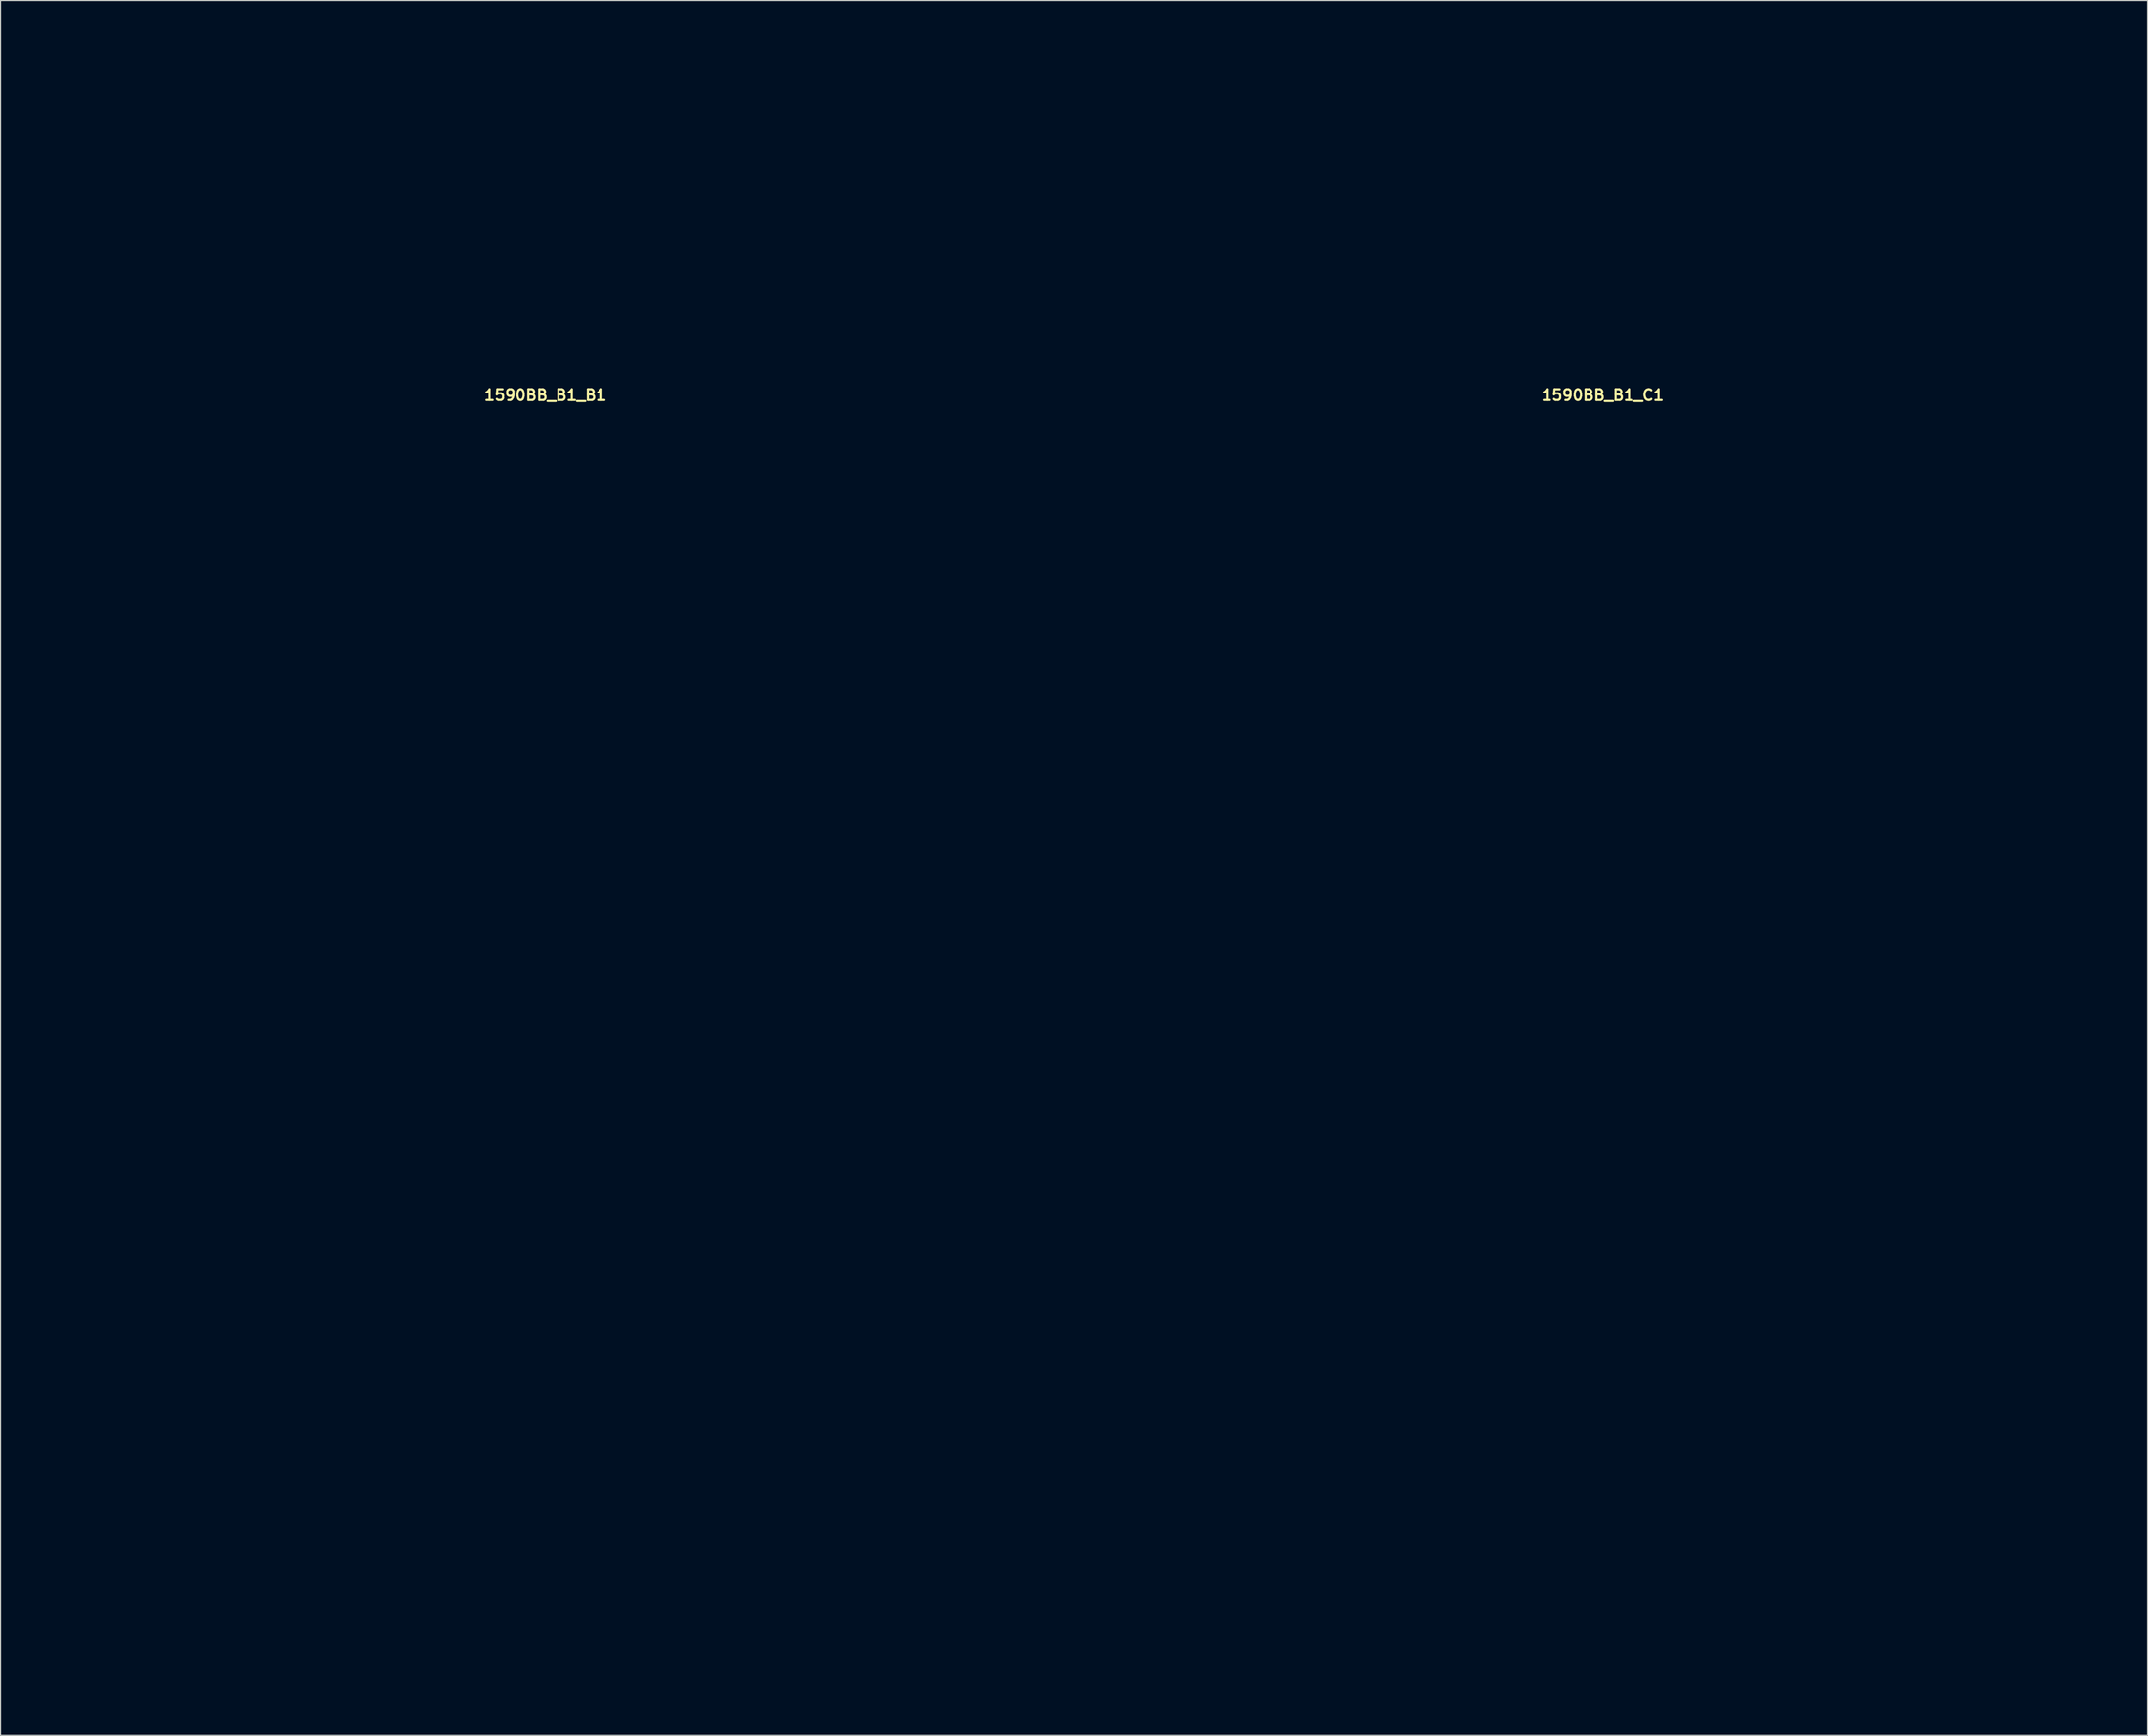
<source format=kicad_pcb>
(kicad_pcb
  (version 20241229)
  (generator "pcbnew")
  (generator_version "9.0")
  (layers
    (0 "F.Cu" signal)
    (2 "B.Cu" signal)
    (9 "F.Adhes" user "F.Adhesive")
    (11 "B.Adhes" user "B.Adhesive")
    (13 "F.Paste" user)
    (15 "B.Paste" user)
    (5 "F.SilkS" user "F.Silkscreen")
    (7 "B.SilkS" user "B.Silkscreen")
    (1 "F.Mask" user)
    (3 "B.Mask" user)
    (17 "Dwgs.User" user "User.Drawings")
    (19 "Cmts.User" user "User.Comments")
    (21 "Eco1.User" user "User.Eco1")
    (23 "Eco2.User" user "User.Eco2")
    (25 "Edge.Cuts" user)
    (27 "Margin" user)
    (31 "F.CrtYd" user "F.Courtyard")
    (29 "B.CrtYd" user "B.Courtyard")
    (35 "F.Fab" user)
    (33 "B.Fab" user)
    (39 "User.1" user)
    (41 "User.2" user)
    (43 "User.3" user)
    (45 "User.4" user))
  (footprint "1590BB_B1_C1"
    (layer "F.Cu")
    (at 144.6 93.95)
    (property "Reference" "1590BB_B1_C1" (at 0 -60.579 0) (layer "F.SilkS") (effects (font (size 1 1) (thickness 0.2))))
    (attr through_hole)
    (fp_line (start -47 -93.75) (end -47 -59.75) (stroke (width 0.4) (type solid)) (layer "Eco1.User"))
    (fp_line (start -47 -93.75) (end 47 -93.75) (stroke (width 0.4) (type solid)) (layer "Eco1.User"))
    (fp_line (start -47 -89.75) (end 47 -89.75) (stroke (width 0.4) (type solid)) (layer "Eco1.User"))
    (fp_line (start -47 -59.75) (end -47 59.75) (stroke (width 0.4) (type solid)) (layer "Eco1.User"))
    (fp_line (start -47 -59.75) (end 47 -59.75) (stroke (width 0.4) (type solid)) (layer "Eco1.User"))
    (fp_line (start -47 59.75) (end 47 59.75) (stroke (width 0.4) (type solid)) (layer "Eco1.User"))
    (fp_line (start -44.75 -57.5) (end -44.75 57.5) (stroke (width 0.4) (type solid)) (layer "Eco1.User"))
    (fp_line (start -44.75 -57.5) (end 44.75 -57.5) (stroke (width 0.4) (type solid)) (layer "Eco1.User"))
    (fp_line (start -44.75 -51.75) (end -42 -51.75) (stroke (width 0.4) (type solid)) (layer "Eco1.User"))
    (fp_line (start -44.75 51.75) (end -42 51.75) (stroke (width 0.4) (type solid)) (layer "Eco1.User"))
    (fp_line (start -44.75 57.5) (end 44.75 57.5) (stroke (width 0.4) (type solid)) (layer "Eco1.User"))
    (fp_line (start -39 -57.5) (end -39 -54.75) (stroke (width 0.4) (type solid)) (layer "Eco1.User"))
    (fp_line (start -39 54.75) (end -39 57.5) (stroke (width 0.4) (type solid)) (layer "Eco1.User"))
    (fp_line (start 39 -57.5) (end 39 -54.75) (stroke (width 0.4) (type solid)) (layer "Eco1.User"))
    (fp_line (start 39 54.75) (end 39 57.5) (stroke (width 0.4) (type solid)) (layer "Eco1.User"))
    (fp_line (start 42 -51.75) (end 44.75 -51.75) (stroke (width 0.4) (type solid)) (layer "Eco1.User"))
    (fp_line (start 42 51.75) (end 44.75 51.75) (stroke (width 0.4) (type solid)) (layer "Eco1.User"))
    (fp_line (start 44.75 -57.5) (end 44.75 57.5) (stroke (width 0.4) (type solid)) (layer "Eco1.User"))
    (fp_line (start 47 -93.75) (end 47 -59.75) (stroke (width 0.4) (type solid)) (layer "Eco1.User"))
    (fp_line (start 47 -59.75) (end 47 59.75) (stroke (width 0.4) (type solid)) (layer "Eco1.User"))
    (fp_arc (start -42 51.75) (mid -39.87868 52.62868) (end -39 54.75) (stroke (width 0.4) (type solid)) (layer "Eco1.User"))
    (fp_arc (start -39 -54.75) (mid -39.87868 -52.62868) (end -42 -51.75) (stroke (width 0.4) (type solid)) (layer "Eco1.User"))
    (fp_arc (start 39 54.75) (mid 39.87868 52.62868) (end 42 51.75) (stroke (width 0.4) (type solid)) (layer "Eco1.User"))
    (fp_arc (start 42 -51.75) (mid 39.87868 -52.62868) (end 39 -54.75) (stroke (width 0.4) (type solid)) (layer "Eco1.User"))
    (fp_circle (center -42 -54.75) (end -40.25 -54.75) (stroke (width 0.4) (type solid)) (fill no) (layer "Eco1.User"))
    (fp_circle (center -42 54.75) (end -40.25 54.75) (stroke (width 0.4) (type solid)) (fill no) (layer "Eco1.User"))
    (fp_circle (center -40.92 -31.55) (end -39.52 -31.55) (stroke (width 0.4) (type solid)) (fill no) (layer "Eco1.User"))
    (fp_circle (center -40.92 -4.88) (end -39.52 -4.88) (stroke (width 0.4) (type solid)) (fill no) (layer "Eco1.User"))
    (fp_circle (center -33.02 -31.55) (end -29.32 -31.55) (stroke (width 0.4) (type solid)) (fill no) (layer "Eco1.User"))
    (fp_circle (center -33.02 -4.88) (end -29.32 -4.88) (stroke (width 0.4) (type solid)) (fill no) (layer "Eco1.User"))
    (fp_circle (center -29.21 -52.07) (end -27.71 -52.07) (stroke (width 0.4) (type solid)) (fill no) (layer "Eco1.User"))
    (fp_circle (center -19.05 -74.5) (end -11.55 -74.5) (stroke (width 0.4) (type solid)) (fill no) (layer "Eco1.User"))
    (fp_circle (center -8.89 -52.07) (end -7.39 -52.07) (stroke (width 0.4) (type solid)) (fill no) (layer "Eco1.User"))
    (fp_circle (center -7.9 -31.55) (end -6.5 -31.55) (stroke (width 0.4) (type solid)) (fill no) (layer "Eco1.User"))
    (fp_circle (center -7.9 -4.88) (end -6.5 -4.88) (stroke (width 0.4) (type solid)) (fill no) (layer "Eco1.User"))
    (fp_circle (center 0 -73.5) (end 5.5 -73.5) (stroke (width 0.4) (type solid)) (fill no) (layer "Eco1.User"))
    (fp_circle (center 0 -31.55) (end 3.7 -31.55) (stroke (width 0.4) (type solid)) (fill no) (layer "Eco1.User"))
    (fp_circle (center 0 -4.88) (end 3.7 -4.88) (stroke (width 0.4) (type solid)) (fill no) (layer "Eco1.User"))
    (fp_circle (center 0 13.97) (end 2.65 13.97) (stroke (width 0.4) (type solid)) (fill no) (layer "Eco1.User"))
    (fp_circle (center 0 29.21) (end 6.5 29.21) (stroke (width 0.4) (type solid)) (fill no) (layer "Eco1.User"))
    (fp_circle (center 8.89 -52.07) (end 10.39 -52.07) (stroke (width 0.4) (type solid)) (fill no) (layer "Eco1.User"))
    (fp_circle (center 19.05 -74.5) (end 26.55 -74.5) (stroke (width 0.4) (type solid)) (fill no) (layer "Eco1.User"))
    (fp_circle (center 25.12 -31.55) (end 26.52 -31.55) (stroke (width 0.4) (type solid)) (fill no) (layer "Eco1.User"))
    (fp_circle (center 25.12 -4.88) (end 26.52 -4.88) (stroke (width 0.4) (type solid)) (fill no) (layer "Eco1.User"))
    (fp_circle (center 29.21 -52.07) (end 30.71 -52.07) (stroke (width 0.4) (type solid)) (fill no) (layer "Eco1.User"))
    (fp_circle (center 33.02 -31.55) (end 36.72 -31.55) (stroke (width 0.4) (type solid)) (fill no) (layer "Eco1.User"))
    (fp_circle (center 33.02 -4.88) (end 36.72 -4.88) (stroke (width 0.4) (type solid)) (fill no) (layer "Eco1.User"))
    (fp_circle (center 42 -54.75) (end 43.75 -54.75) (stroke (width 0.4) (type solid)) (fill no) (layer "Eco1.User"))
    (fp_circle (center 42 54.75) (end 43.75 54.75) (stroke (width 0.4) (type solid)) (fill no) (layer "Eco1.User")))
  (footprint "1590BB_B1_B1"
    (layer "F.Cu")
    (at 47.2 93.95)
    (property "Reference" "1590BB_B1_B1" (at 0 -60.579 0) (layer "F.SilkS") (effects (font (size 1 1) (thickness 0.2))))
    (attr through_hole)
    (fp_line (start -47 -93.75) (end -47 -59.75) (stroke (width 0.4) (type solid)) (layer "Eco1.User"))
    (fp_line (start -47 -93.75) (end 47 -93.75) (stroke (width 0.4) (type solid)) (layer "Eco1.User"))
    (fp_line (start -47 -89.75) (end 47 -89.75) (stroke (width 0.4) (type solid)) (layer "Eco1.User"))
    (fp_line (start -47 -59.75) (end -47 59.75) (stroke (width 0.4) (type solid)) (layer "Eco1.User"))
    (fp_line (start -47 -59.75) (end 47 -59.75) (stroke (width 0.4) (type solid)) (layer "Eco1.User"))
    (fp_line (start -47 59.75) (end 47 59.75) (stroke (width 0.4) (type solid)) (layer "Eco1.User"))
    (fp_line (start -44.75 -57.5) (end -44.75 57.5) (stroke (width 0.4) (type solid)) (layer "Eco1.User"))
    (fp_line (start -44.75 -57.5) (end 44.75 -57.5) (stroke (width 0.4) (type solid)) (layer "Eco1.User"))
    (fp_line (start -44.75 -51.75) (end -42 -51.75) (stroke (width 0.4) (type solid)) (layer "Eco1.User"))
    (fp_line (start -44.75 51.75) (end -42 51.75) (stroke (width 0.4) (type solid)) (layer "Eco1.User"))
    (fp_line (start -44.75 57.5) (end 44.75 57.5) (stroke (width 0.4) (type solid)) (layer "Eco1.User"))
    (fp_line (start -39 -57.5) (end -39 -54.75) (stroke (width 0.4) (type solid)) (layer "Eco1.User"))
    (fp_line (start -39 54.75) (end -39 57.5) (stroke (width 0.4) (type solid)) (layer "Eco1.User"))
    (fp_line (start 39 -57.5) (end 39 -54.75) (stroke (width 0.4) (type solid)) (layer "Eco1.User"))
    (fp_line (start 39 54.75) (end 39 57.5) (stroke (width 0.4) (type solid)) (layer "Eco1.User"))
    (fp_line (start 42 -51.75) (end 44.75 -51.75) (stroke (width 0.4) (type solid)) (layer "Eco1.User"))
    (fp_line (start 42 51.75) (end 44.75 51.75) (stroke (width 0.4) (type solid)) (layer "Eco1.User"))
    (fp_line (start 44.75 -57.5) (end 44.75 57.5) (stroke (width 0.4) (type solid)) (layer "Eco1.User"))
    (fp_line (start 47 -93.75) (end 47 -59.75) (stroke (width 0.4) (type solid)) (layer "Eco1.User"))
    (fp_line (start 47 -59.75) (end 47 59.75) (stroke (width 0.4) (type solid)) (layer "Eco1.User"))
    (fp_arc (start -42 51.75) (mid -39.87868 52.62868) (end -39 54.75) (stroke (width 0.4) (type solid)) (layer "Eco1.User"))
    (fp_arc (start -39 -54.75) (mid -39.87868 -52.62868) (end -42 -51.75) (stroke (width 0.4) (type solid)) (layer "Eco1.User"))
    (fp_arc (start 39 54.75) (mid 39.87868 52.62868) (end 42 51.75) (stroke (width 0.4) (type solid)) (layer "Eco1.User"))
    (fp_arc (start 42 -51.75) (mid 39.87868 -52.62868) (end 39 -54.75) (stroke (width 0.4) (type solid)) (layer "Eco1.User"))
    (fp_circle (center -42 -54.75) (end -40.25 -54.75) (stroke (width 0.4) (type solid)) (fill no) (layer "Eco1.User"))
    (fp_circle (center -42 54.75) (end -40.25 54.75) (stroke (width 0.4) (type solid)) (fill no) (layer "Eco1.User"))
    (fp_circle (center -40.92 -31.55) (end -39.52 -31.55) (stroke (width 0.4) (type solid)) (fill no) (layer "Eco1.User"))
    (fp_circle (center -40.92 10.36) (end -39.52 10.36) (stroke (width 0.4) (type solid)) (fill no) (layer "Eco1.User"))
    (fp_circle (center -33.02 -31.55) (end -29.32 -31.55) (stroke (width 0.4) (type solid)) (fill no) (layer "Eco1.User"))
    (fp_circle (center -33.02 -10.16) (end -30.37 -10.16) (stroke (width 0.4) (type solid)) (fill no) (layer "Eco1.User"))
    (fp_circle (center -33.02 10.36) (end -29.32 10.36) (stroke (width 0.4) (type solid)) (fill no) (layer "Eco1.User"))
    (fp_circle (center -29.21 -52.07) (end -27.71 -52.07) (stroke (width 0.4) (type solid)) (fill no) (layer "Eco1.User"))
    (fp_circle (center -19.05 -74.5) (end -11.55 -74.5) (stroke (width 0.4) (type solid)) (fill no) (layer "Eco1.User"))
    (fp_circle (center -19.05 10.36) (end -17.55 10.36) (stroke (width 0.4) (type solid)) (fill no) (layer "Eco1.User"))
    (fp_circle (center -16.51 -10.16) (end -13.51 -10.16) (stroke (width 0.4) (type solid)) (fill no) (layer "Eco1.User"))
    (fp_circle (center -8.89 -52.07) (end -7.39 -52.07) (stroke (width 0.4) (type solid)) (fill no) (layer "Eco1.User"))
    (fp_circle (center -7.9 -31.55) (end -6.5 -31.55) (stroke (width 0.4) (type solid)) (fill no) (layer "Eco1.User"))
    (fp_circle (center 0 -73.5) (end 5.5 -73.5) (stroke (width 0.4) (type solid)) (fill no) (layer "Eco1.User"))
    (fp_circle (center 0 -31.55) (end 3.7 -31.55) (stroke (width 0.4) (type solid)) (fill no) (layer "Eco1.User"))
    (fp_circle (center 0 -10.16) (end 2.65 -10.16) (stroke (width 0.4) (type solid)) (fill no) (layer "Eco1.User"))
    (fp_circle (center 0 10.36) (end 4.75 10.36) (stroke (width 0.4) (type solid)) (fill no) (layer "Eco1.User"))
    (fp_circle (center 0 30.48) (end 2.65 30.48) (stroke (width 0.4) (type solid)) (fill no) (layer "Eco1.User"))
    (fp_circle (center 0 45.72) (end 6.5 45.72) (stroke (width 0.4) (type solid)) (fill no) (layer "Eco1.User"))
    (fp_circle (center 8.89 -52.07) (end 10.39 -52.07) (stroke (width 0.4) (type solid)) (fill no) (layer "Eco1.User"))
    (fp_circle (center 16.51 -10.16) (end 19.51 -10.16) (stroke (width 0.4) (type solid)) (fill no) (layer "Eco1.User"))
    (fp_circle (center 19.05 -74.5) (end 26.55 -74.5) (stroke (width 0.4) (type solid)) (fill no) (layer "Eco1.User"))
    (fp_circle (center 19.05 10.36) (end 20.55 10.36) (stroke (width 0.4) (type solid)) (fill no) (layer "Eco1.User"))
    (fp_circle (center 25.12 -31.55) (end 26.52 -31.55) (stroke (width 0.4) (type solid)) (fill no) (layer "Eco1.User"))
    (fp_circle (center 25.12 10.36) (end 26.52 10.36) (stroke (width 0.4) (type solid)) (fill no) (layer "Eco1.User"))
    (fp_circle (center 29.21 -52.07) (end 30.71 -52.07) (stroke (width 0.4) (type solid)) (fill no) (layer "Eco1.User"))
    (fp_circle (center 33.02 -31.55) (end 36.72 -31.55) (stroke (width 0.4) (type solid)) (fill no) (layer "Eco1.User"))
    (fp_circle (center 33.02 -10.16) (end 35.67 -10.16) (stroke (width 0.4) (type solid)) (fill no) (layer "Eco1.User"))
    (fp_circle (center 33.02 10.36) (end 36.72 10.36) (stroke (width 0.4) (type solid)) (fill no) (layer "Eco1.User"))
    (fp_circle (center 42 -54.75) (end 43.75 -54.75) (stroke (width 0.4) (type solid)) (fill no) (layer "Eco1.User"))
    (fp_circle (center 42 54.75) (end 43.75 54.75) (stroke (width 0.4) (type solid)) (fill no) (layer "Eco1.User")))
  (gr_rect
    (start -3 -3)
    (end 194.8 156.9)
    (stroke (width 0.1) (type default))
    (fill no)
    (layer "Edge.Cuts")))
</source>
